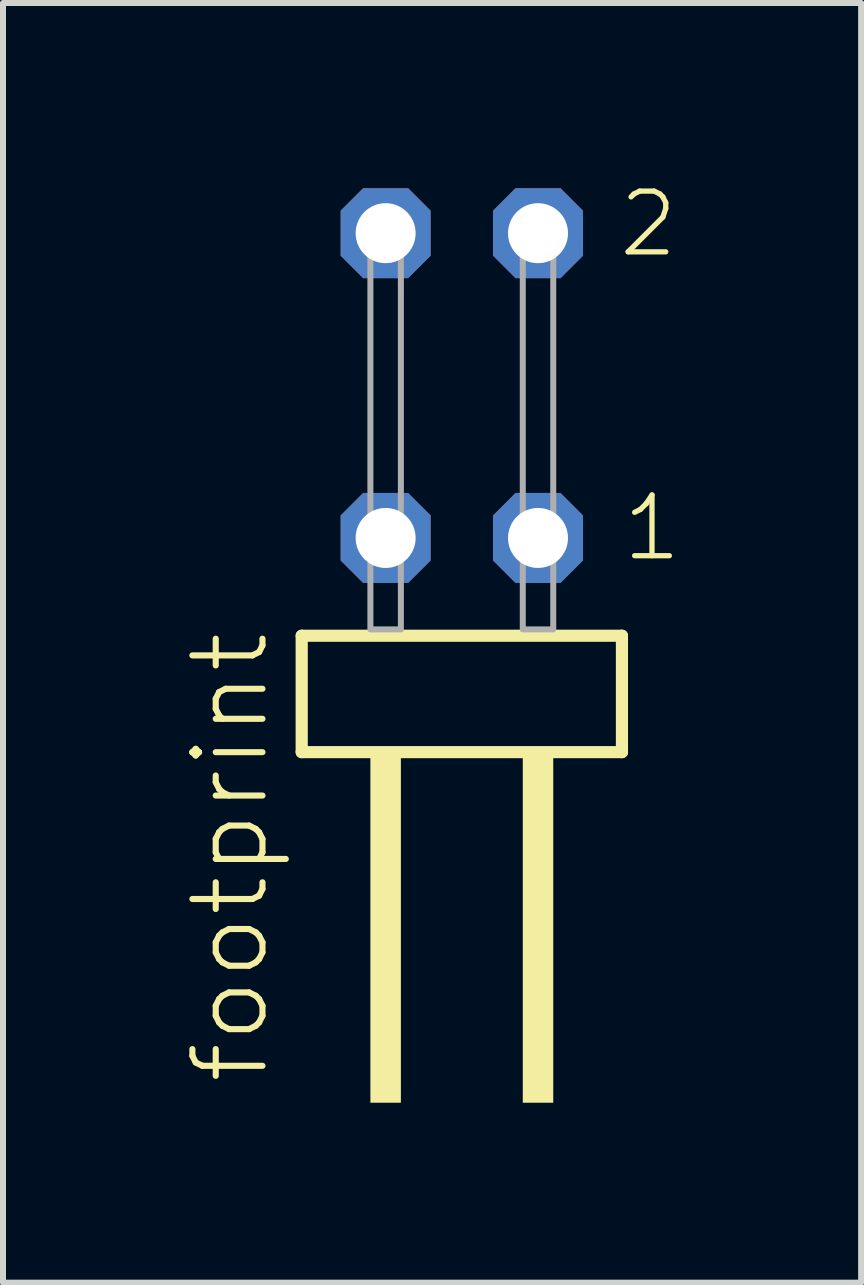
<source format=kicad_pcb>
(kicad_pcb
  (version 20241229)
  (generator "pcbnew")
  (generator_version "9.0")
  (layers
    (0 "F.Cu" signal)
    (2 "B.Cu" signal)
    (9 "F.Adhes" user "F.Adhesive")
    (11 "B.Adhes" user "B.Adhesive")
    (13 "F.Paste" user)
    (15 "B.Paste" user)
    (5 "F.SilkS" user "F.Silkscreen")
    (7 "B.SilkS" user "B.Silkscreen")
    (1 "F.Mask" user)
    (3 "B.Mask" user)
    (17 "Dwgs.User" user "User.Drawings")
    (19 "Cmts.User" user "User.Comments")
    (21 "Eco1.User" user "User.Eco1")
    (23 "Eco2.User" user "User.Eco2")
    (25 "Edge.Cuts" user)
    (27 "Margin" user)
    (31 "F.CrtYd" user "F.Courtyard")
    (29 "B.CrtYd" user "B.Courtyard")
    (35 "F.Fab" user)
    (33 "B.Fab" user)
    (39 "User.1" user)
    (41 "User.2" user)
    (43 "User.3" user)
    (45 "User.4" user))
  (footprint "footprint"
    (layer "F.Cu")
    (at 4.648 7.441)
    (property "Reference" "footprint" (at -3.175 7.62 90) (layer "F.SilkS") (effects (font (size 1.168 1.168) (thickness 0.102)) (justify left bottom)))
    (fp_line (start -2.669 0.106) (end -2.669 2.046) (stroke (width 0.203) (type solid)) (layer "F.SilkS"))
    (fp_line (start -2.669 2.046) (end 2.669 2.046) (stroke (width 0.203) (type solid)) (layer "F.SilkS"))
    (fp_line (start 2.669 0.106) (end -2.669 0.106) (stroke (width 0.203) (type solid)) (layer "F.SilkS"))
    (fp_line (start 2.669 2.046) (end 2.669 0.106) (stroke (width 0.203) (type solid)) (layer "F.SilkS"))
    (fp_poly (pts (xy -1.524 7.89) (xy -1.016 7.89) (xy -1.016 2.04) (xy -1.524 2.04)) (stroke (width 0) (type solid)) (fill yes) (layer "F.SilkS"))
    (fp_poly (pts (xy 1.016 7.89) (xy 1.524 7.89) (xy 1.524 2.04) (xy 1.016 2.04)) (stroke (width 0) (type solid)) (fill yes) (layer "F.SilkS"))
    (fp_poly (pts (xy -1.524 0) (xy -1.016 0) (xy -1.016 -6.858) (xy -1.524 -6.858)) (stroke (width 0.1) (type solid)) (fill no) (layer "F.Fab"))
    (fp_poly (pts (xy 1.016 0) (xy 1.524 0) (xy 1.524 -6.858) (xy 1.016 -6.858)) (stroke (width 0.1) (type solid)) (fill no) (layer "F.Fab"))
    (fp_text user "2" (at 2.57 -6.165 0) (layer "F.SilkS") (effects (font (size 1.012 1.012) (thickness 0.088)) (justify left bottom)))
    (fp_text user "1" (at 2.63 -1.1 0) (layer "F.SilkS") (effects (font (size 1.012 1.012) (thickness 0.088)) (justify left bottom)))
    (pad "1" thru_hole roundrect (at 1.27 -1.524 180) (size 1.5 1.5) (drill 1) (layers "*.Cu" "*.Mask") (roundrect_rratio 0.25) (chamfer_ratio 0.25) (chamfer top_left top_right bottom_left bottom_right))
    (pad "2" thru_hole roundrect (at 1.27 -6.604 180) (size 1.5 1.5) (drill 1) (layers "*.Cu" "*.Mask") (roundrect_rratio 0.25) (chamfer_ratio 0.25) (chamfer top_left top_right bottom_left bottom_right))
    (pad "3" thru_hole roundrect (at -1.27 -1.524 180) (size 1.5 1.5) (drill 1) (layers "*.Cu" "*.Mask") (roundrect_rratio 0.25) (chamfer_ratio 0.25) (chamfer top_left top_right bottom_left bottom_right))
    (pad "4" thru_hole roundrect (at -1.27 -6.604 180) (size 1.5 1.5) (drill 1) (layers "*.Cu" "*.Mask") (roundrect_rratio 0.25) (chamfer_ratio 0.25) (chamfer top_left top_right bottom_left bottom_right)))
  (gr_rect
    (start -3 -3)
    (end 11.304 18.331)
    (stroke (width 0.1) (type default))
    (fill no)
    (layer "Edge.Cuts")))
</source>
